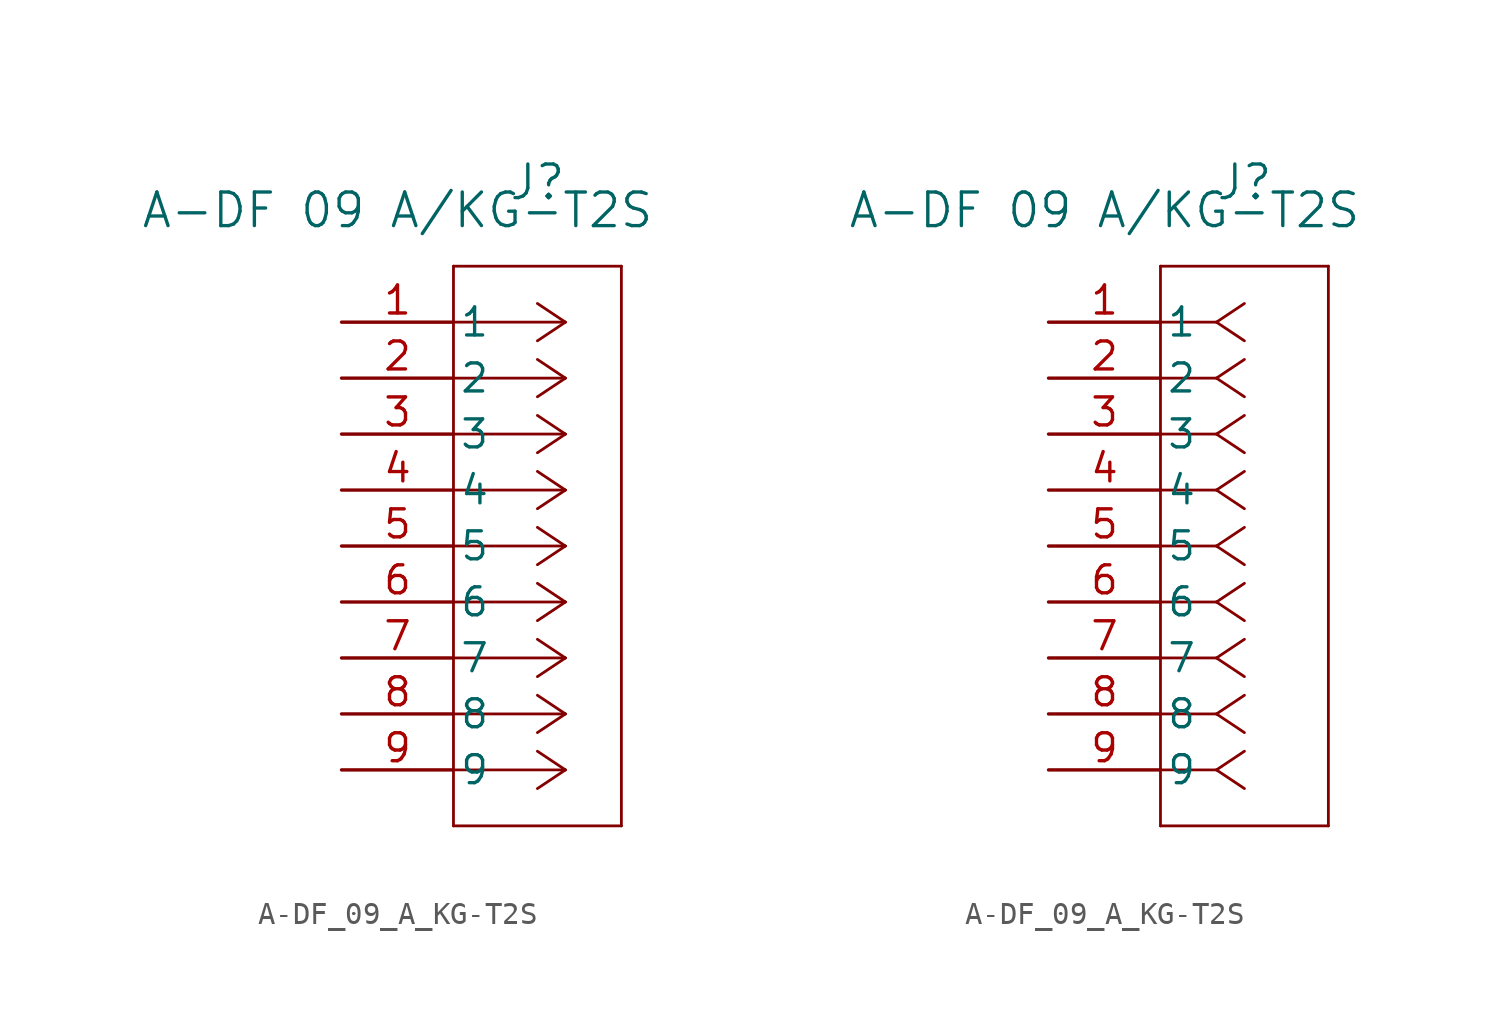
<source format=kicad_sym>
(kicad_symbol_lib
  (version 20241209)
  (generator "kicad_symbol_editor")
  (generator_version "9.0")
  (symbol "A-DF_09_A_KG-T2S"
    (pin_names
      (offset 0.254))
    (property "Reference" "J"
      (at 8.89 6.35 0)
      (effects (font (size 1.524 1.524))))
    (property "Value" "A-DF 09 A/KG-T2S"
      (at 2.54 5.08 0)
      (effects (font (size 1.524 1.524))))
    (symbol "A-DF_09_A_KG-T2S_1_1"
      (polyline (pts (xy 5.08 2.54) (xy 5.08 -22.86)) (stroke (width 0.127) (type default)) (fill (type none)))
      (polyline (pts (xy 5.08 -22.86) (xy 12.7 -22.86)) (stroke (width 0.127) (type default)) (fill (type none)))
      (polyline (pts (xy 10.16 0) (xy 5.08 0)) (stroke (width 0.127) (type default)) (fill (type none)))
      (polyline (pts (xy 10.16 0) (xy 8.89 0.847)) (stroke (width 0.127) (type default)) (fill (type none)))
      (polyline (pts (xy 10.16 0) (xy 8.89 -0.847)) (stroke (width 0.127) (type default)) (fill (type none)))
      (polyline (pts (xy 10.16 -2.54) (xy 5.08 -2.54)) (stroke (width 0.127) (type default)) (fill (type none)))
      (polyline (pts (xy 10.16 -2.54) (xy 8.89 -1.693)) (stroke (width 0.127) (type default)) (fill (type none)))
      (polyline (pts (xy 10.16 -2.54) (xy 8.89 -3.387)) (stroke (width 0.127) (type default)) (fill (type none)))
      (polyline (pts (xy 10.16 -5.08) (xy 5.08 -5.08)) (stroke (width 0.127) (type default)) (fill (type none)))
      (polyline (pts (xy 10.16 -5.08) (xy 8.89 -4.233)) (stroke (width 0.127) (type default)) (fill (type none)))
      (polyline (pts (xy 10.16 -5.08) (xy 8.89 -5.927)) (stroke (width 0.127) (type default)) (fill (type none)))
      (polyline (pts (xy 10.16 -7.62) (xy 5.08 -7.62)) (stroke (width 0.127) (type default)) (fill (type none)))
      (polyline (pts (xy 10.16 -7.62) (xy 8.89 -6.773)) (stroke (width 0.127) (type default)) (fill (type none)))
      (polyline (pts (xy 10.16 -7.62) (xy 8.89 -8.467)) (stroke (width 0.127) (type default)) (fill (type none)))
      (polyline (pts (xy 10.16 -10.16) (xy 5.08 -10.16)) (stroke (width 0.127) (type default)) (fill (type none)))
      (polyline (pts (xy 10.16 -10.16) (xy 8.89 -9.313)) (stroke (width 0.127) (type default)) (fill (type none)))
      (polyline (pts (xy 10.16 -10.16) (xy 8.89 -11.007)) (stroke (width 0.127) (type default)) (fill (type none)))
      (polyline (pts (xy 10.16 -12.7) (xy 5.08 -12.7)) (stroke (width 0.127) (type default)) (fill (type none)))
      (polyline (pts (xy 10.16 -12.7) (xy 8.89 -11.853)) (stroke (width 0.127) (type default)) (fill (type none)))
      (polyline (pts (xy 10.16 -12.7) (xy 8.89 -13.547)) (stroke (width 0.127) (type default)) (fill (type none)))
      (polyline (pts (xy 10.16 -15.24) (xy 5.08 -15.24)) (stroke (width 0.127) (type default)) (fill (type none)))
      (polyline (pts (xy 10.16 -15.24) (xy 8.89 -14.393)) (stroke (width 0.127) (type default)) (fill (type none)))
      (polyline (pts (xy 10.16 -15.24) (xy 8.89 -16.087)) (stroke (width 0.127) (type default)) (fill (type none)))
      (polyline (pts (xy 10.16 -17.78) (xy 5.08 -17.78)) (stroke (width 0.127) (type default)) (fill (type none)))
      (polyline (pts (xy 10.16 -17.78) (xy 8.89 -16.933)) (stroke (width 0.127) (type default)) (fill (type none)))
      (polyline (pts (xy 10.16 -17.78) (xy 8.89 -18.627)) (stroke (width 0.127) (type default)) (fill (type none)))
      (polyline (pts (xy 10.16 -20.32) (xy 5.08 -20.32)) (stroke (width 0.127) (type default)) (fill (type none)))
      (polyline (pts (xy 10.16 -20.32) (xy 8.89 -19.473)) (stroke (width 0.127) (type default)) (fill (type none)))
      (polyline (pts (xy 10.16 -20.32) (xy 8.89 -21.167)) (stroke (width 0.127) (type default)) (fill (type none)))
      (polyline (pts (xy 12.7 2.54) (xy 5.08 2.54)) (stroke (width 0.127) (type default)) (fill (type none)))
      (polyline (pts (xy 12.7 -22.86) (xy 12.7 2.54)) (stroke (width 0.127) (type default)) (fill (type none)))
      (pin unspecified line (at 0 0 0) (length 5.08) (name "1" (effects (font (size 1.27 1.27)))) (number "1" (effects (font (size 1.27 1.27)))))
      (pin unspecified line (at 0 -2.54 0) (length 5.08) (name "2" (effects (font (size 1.27 1.27)))) (number "2" (effects (font (size 1.27 1.27)))))
      (pin unspecified line (at 0 -5.08 0) (length 5.08) (name "3" (effects (font (size 1.27 1.27)))) (number "3" (effects (font (size 1.27 1.27)))))
      (pin unspecified line (at 0 -7.62 0) (length 5.08) (name "4" (effects (font (size 1.27 1.27)))) (number "4" (effects (font (size 1.27 1.27)))))
      (pin unspecified line (at 0 -10.16 0) (length 5.08) (name "5" (effects (font (size 1.27 1.27)))) (number "5" (effects (font (size 1.27 1.27)))))
      (pin unspecified line (at 0 -12.7 0) (length 5.08) (name "6" (effects (font (size 1.27 1.27)))) (number "6" (effects (font (size 1.27 1.27)))))
      (pin unspecified line (at 0 -15.24 0) (length 5.08) (name "7" (effects (font (size 1.27 1.27)))) (number "7" (effects (font (size 1.27 1.27)))))
      (pin unspecified line (at 0 -17.78 0) (length 5.08) (name "8" (effects (font (size 1.27 1.27)))) (number "8" (effects (font (size 1.27 1.27)))))
      (pin unspecified line (at 0 -20.32 0) (length 5.08) (name "9" (effects (font (size 1.27 1.27)))) (number "9" (effects (font (size 1.27 1.27))))))
    (symbol "A-DF_09_A_KG-T2S_1_2"
      (polyline (pts (xy 5.08 2.54) (xy 5.08 -22.86)) (stroke (width 0.127) (type default)) (fill (type none)))
      (polyline (pts (xy 5.08 -22.86) (xy 12.7 -22.86)) (stroke (width 0.127) (type default)) (fill (type none)))
      (polyline (pts (xy 7.62 0) (xy 5.08 0)) (stroke (width 0.127) (type default)) (fill (type none)))
      (polyline (pts (xy 7.62 0) (xy 8.89 0.847)) (stroke (width 0.127) (type default)) (fill (type none)))
      (polyline (pts (xy 7.62 0) (xy 8.89 -0.847)) (stroke (width 0.127) (type default)) (fill (type none)))
      (polyline (pts (xy 7.62 -2.54) (xy 5.08 -2.54)) (stroke (width 0.127) (type default)) (fill (type none)))
      (polyline (pts (xy 7.62 -2.54) (xy 8.89 -1.693)) (stroke (width 0.127) (type default)) (fill (type none)))
      (polyline (pts (xy 7.62 -2.54) (xy 8.89 -3.387)) (stroke (width 0.127) (type default)) (fill (type none)))
      (polyline (pts (xy 7.62 -5.08) (xy 5.08 -5.08)) (stroke (width 0.127) (type default)) (fill (type none)))
      (polyline (pts (xy 7.62 -5.08) (xy 8.89 -4.233)) (stroke (width 0.127) (type default)) (fill (type none)))
      (polyline (pts (xy 7.62 -5.08) (xy 8.89 -5.927)) (stroke (width 0.127) (type default)) (fill (type none)))
      (polyline (pts (xy 7.62 -7.62) (xy 5.08 -7.62)) (stroke (width 0.127) (type default)) (fill (type none)))
      (polyline (pts (xy 7.62 -7.62) (xy 8.89 -6.773)) (stroke (width 0.127) (type default)) (fill (type none)))
      (polyline (pts (xy 7.62 -7.62) (xy 8.89 -8.467)) (stroke (width 0.127) (type default)) (fill (type none)))
      (polyline (pts (xy 7.62 -10.16) (xy 5.08 -10.16)) (stroke (width 0.127) (type default)) (fill (type none)))
      (polyline (pts (xy 7.62 -10.16) (xy 8.89 -9.313)) (stroke (width 0.127) (type default)) (fill (type none)))
      (polyline (pts (xy 7.62 -10.16) (xy 8.89 -11.007)) (stroke (width 0.127) (type default)) (fill (type none)))
      (polyline (pts (xy 7.62 -12.7) (xy 5.08 -12.7)) (stroke (width 0.127) (type default)) (fill (type none)))
      (polyline (pts (xy 7.62 -12.7) (xy 8.89 -11.853)) (stroke (width 0.127) (type default)) (fill (type none)))
      (polyline (pts (xy 7.62 -12.7) (xy 8.89 -13.547)) (stroke (width 0.127) (type default)) (fill (type none)))
      (polyline (pts (xy 7.62 -15.24) (xy 5.08 -15.24)) (stroke (width 0.127) (type default)) (fill (type none)))
      (polyline (pts (xy 7.62 -15.24) (xy 8.89 -14.393)) (stroke (width 0.127) (type default)) (fill (type none)))
      (polyline (pts (xy 7.62 -15.24) (xy 8.89 -16.087)) (stroke (width 0.127) (type default)) (fill (type none)))
      (polyline (pts (xy 7.62 -17.78) (xy 5.08 -17.78)) (stroke (width 0.127) (type default)) (fill (type none)))
      (polyline (pts (xy 7.62 -17.78) (xy 8.89 -16.933)) (stroke (width 0.127) (type default)) (fill (type none)))
      (polyline (pts (xy 7.62 -17.78) (xy 8.89 -18.627)) (stroke (width 0.127) (type default)) (fill (type none)))
      (polyline (pts (xy 7.62 -20.32) (xy 5.08 -20.32)) (stroke (width 0.127) (type default)) (fill (type none)))
      (polyline (pts (xy 7.62 -20.32) (xy 8.89 -19.473)) (stroke (width 0.127) (type default)) (fill (type none)))
      (polyline (pts (xy 7.62 -20.32) (xy 8.89 -21.167)) (stroke (width 0.127) (type default)) (fill (type none)))
      (polyline (pts (xy 12.7 2.54) (xy 5.08 2.54)) (stroke (width 0.127) (type default)) (fill (type none)))
      (polyline (pts (xy 12.7 -22.86) (xy 12.7 2.54)) (stroke (width 0.127) (type default)) (fill (type none)))
      (pin unspecified line (at 0 0 0) (length 5.08) (name "1" (effects (font (size 1.27 1.27)))) (number "1" (effects (font (size 1.27 1.27)))))
      (pin unspecified line (at 0 -2.54 0) (length 5.08) (name "2" (effects (font (size 1.27 1.27)))) (number "2" (effects (font (size 1.27 1.27)))))
      (pin unspecified line (at 0 -5.08 0) (length 5.08) (name "3" (effects (font (size 1.27 1.27)))) (number "3" (effects (font (size 1.27 1.27)))))
      (pin unspecified line (at 0 -7.62 0) (length 5.08) (name "4" (effects (font (size 1.27 1.27)))) (number "4" (effects (font (size 1.27 1.27)))))
      (pin unspecified line (at 0 -10.16 0) (length 5.08) (name "5" (effects (font (size 1.27 1.27)))) (number "5" (effects (font (size 1.27 1.27)))))
      (pin unspecified line (at 0 -12.7 0) (length 5.08) (name "6" (effects (font (size 1.27 1.27)))) (number "6" (effects (font (size 1.27 1.27)))))
      (pin unspecified line (at 0 -15.24 0) (length 5.08) (name "7" (effects (font (size 1.27 1.27)))) (number "7" (effects (font (size 1.27 1.27)))))
      (pin unspecified line (at 0 -17.78 0) (length 5.08) (name "8" (effects (font (size 1.27 1.27)))) (number "8" (effects (font (size 1.27 1.27)))))
      (pin unspecified line (at 0 -20.32 0) (length 5.08) (name "9" (effects (font (size 1.27 1.27)))) (number "9" (effects (font (size 1.27 1.27))))))))
</source>
